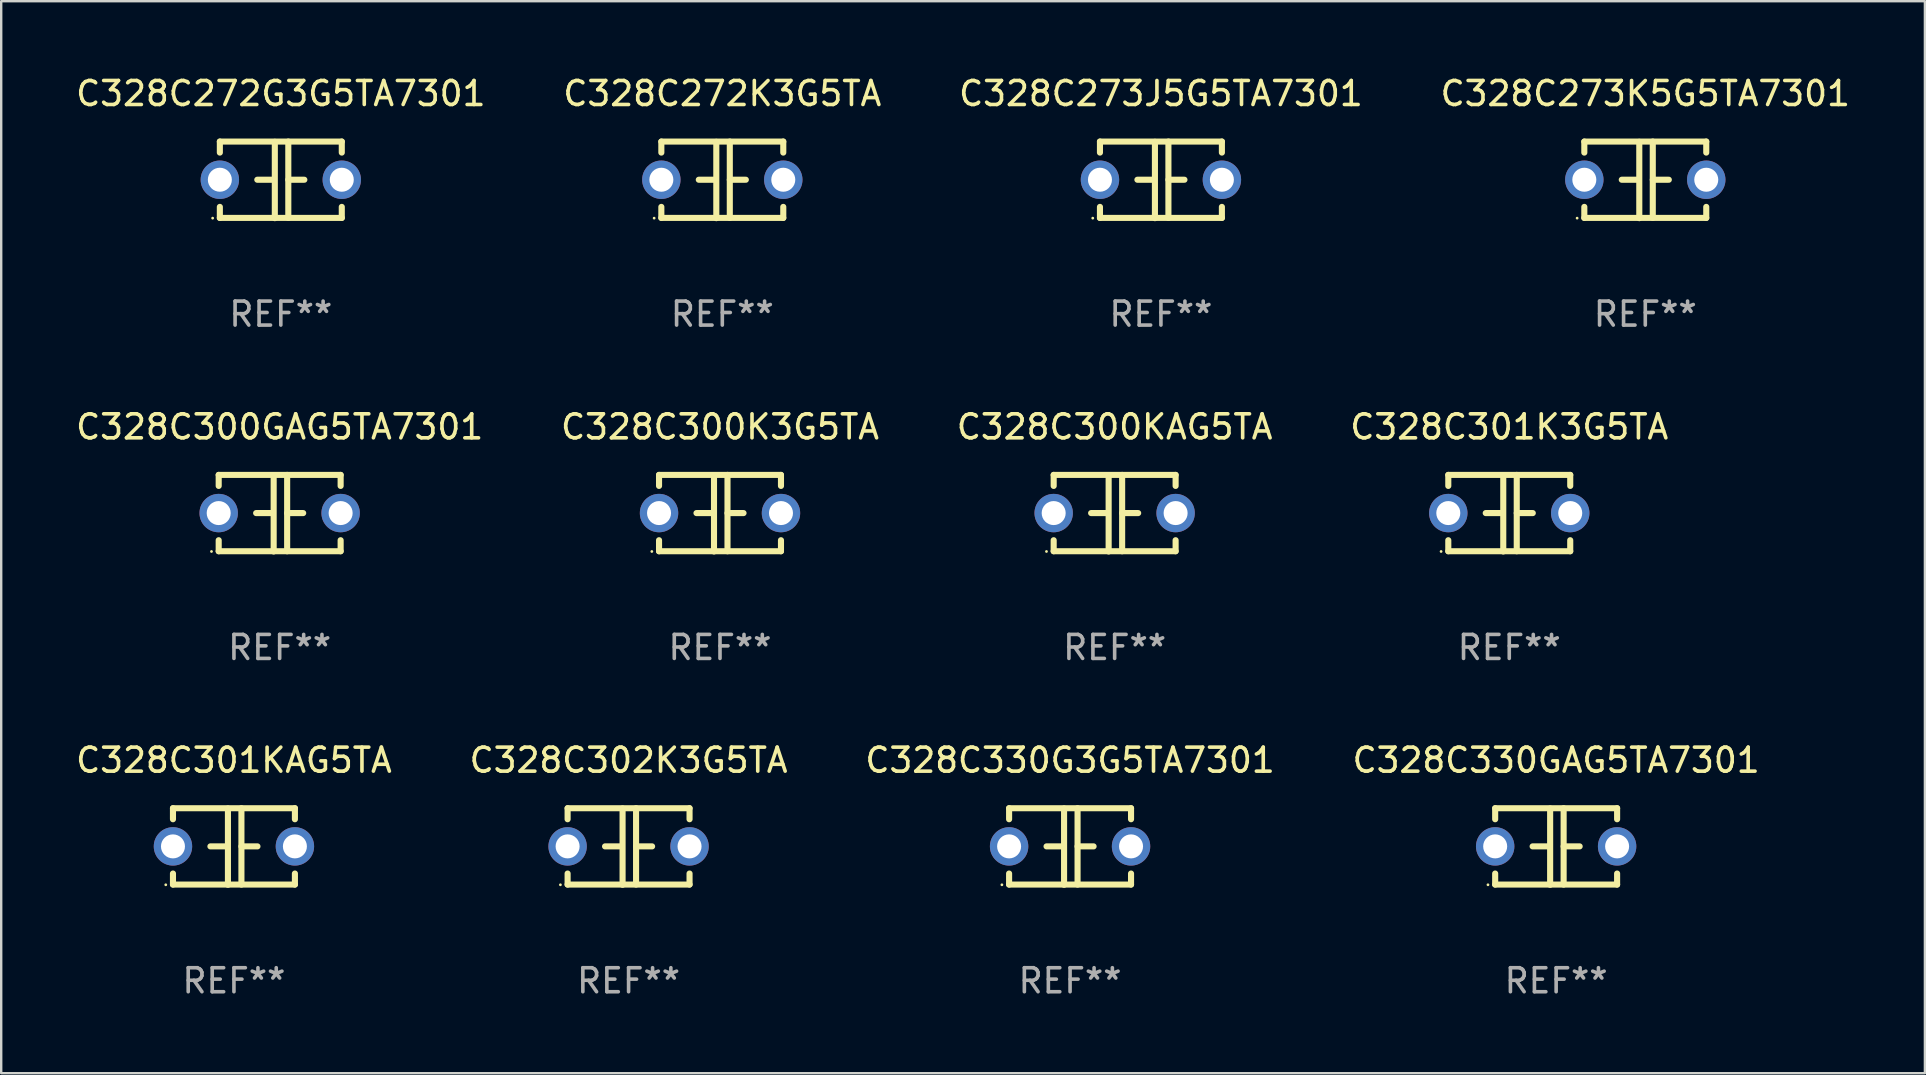
<source format=kicad_pcb>
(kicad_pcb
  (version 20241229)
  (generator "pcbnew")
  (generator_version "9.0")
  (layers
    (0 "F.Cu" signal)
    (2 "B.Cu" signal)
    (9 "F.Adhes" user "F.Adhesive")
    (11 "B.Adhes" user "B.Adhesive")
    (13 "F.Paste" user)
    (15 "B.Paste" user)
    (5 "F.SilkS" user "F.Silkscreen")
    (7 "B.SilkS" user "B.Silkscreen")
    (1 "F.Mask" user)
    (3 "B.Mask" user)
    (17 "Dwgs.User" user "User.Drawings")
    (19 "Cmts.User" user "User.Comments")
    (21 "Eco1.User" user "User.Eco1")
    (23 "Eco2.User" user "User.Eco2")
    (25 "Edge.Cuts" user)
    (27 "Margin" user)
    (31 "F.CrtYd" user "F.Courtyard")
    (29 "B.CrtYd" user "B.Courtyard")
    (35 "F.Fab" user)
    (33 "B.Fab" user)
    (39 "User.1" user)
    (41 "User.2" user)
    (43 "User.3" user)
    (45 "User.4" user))
  (footprint "C328C300GAG5TA7301"
    (layer "F.Cu")
    (at 8.601 18.33)
    (property "Reference" "C328C300GAG5TA7301" (at 0 -3.595 0) (layer "F.SilkS") (effects (font (size 1 1) (thickness 0.15))))
    (attr through_hole)
    (fp_line (start -2.54 -1.595) (end -2.54 -1.136) (stroke (width 0.254) (type solid)) (layer "F.SilkS"))
    (fp_line (start -2.54 -1.595) (end 2.54 -1.595) (stroke (width 0.254) (type solid)) (layer "F.SilkS"))
    (fp_line (start -2.54 1.126) (end -2.54 1.585) (stroke (width 0.254) (type solid)) (layer "F.SilkS"))
    (fp_line (start -0.312 -0.005) (end -0.98 -0.005) (stroke (width 0.254) (type solid)) (layer "F.SilkS"))
    (fp_line (start -0.25 -1.585) (end -0.25 1.595) (stroke (width 0.254) (type solid)) (layer "F.SilkS"))
    (fp_line (start 0.312 -1.595) (end 0.312 1.585) (stroke (width 0.254) (type solid)) (layer "F.SilkS"))
    (fp_line (start 0.312 -0.005) (end 0.98 -0.005) (stroke (width 0.254) (type solid)) (layer "F.SilkS"))
    (fp_line (start 2.54 -1.595) (end 2.54 -1.136) (stroke (width 0.254) (type solid)) (layer "F.SilkS"))
    (fp_line (start 2.54 1.126) (end 2.54 1.585) (stroke (width 0.254) (type solid)) (layer "F.SilkS"))
    (fp_line (start 2.54 1.585) (end -2.54 1.585) (stroke (width 0.254) (type solid)) (layer "F.SilkS"))
    (fp_circle (center -2.84 1.595) (end -2.81 1.595) (stroke (width 0.06) (type solid)) (fill no) (layer "F.SilkS"))
    (fp_text user "REF**" (at 0 5.595 0) (layer "F.Fab") (effects (font (size 1 1) (thickness 0.15))))
    (pad "1" thru_hole circle (at -2.54 -0.005) (size 1.6 1.6) (drill 1) (layers "*.Cu" "*.Mask"))
    (pad "2" thru_hole circle (at 2.54 -0.005) (size 1.6 1.6) (drill 1) (layers "*.Cu" "*.Mask")))
  (footprint "C328C272G3G5TA7301"
    (layer "F.Cu")
    (at 8.649 4.443)
    (property "Reference" "C328C272G3G5TA7301" (at 0 -3.595 0) (layer "F.SilkS") (effects (font (size 1 1) (thickness 0.15))))
    (attr through_hole)
    (fp_line (start -2.54 -1.595) (end -2.54 -1.136) (stroke (width 0.254) (type solid)) (layer "F.SilkS"))
    (fp_line (start -2.54 -1.595) (end 2.54 -1.595) (stroke (width 0.254) (type solid)) (layer "F.SilkS"))
    (fp_line (start -2.54 1.126) (end -2.54 1.585) (stroke (width 0.254) (type solid)) (layer "F.SilkS"))
    (fp_line (start -0.312 -0.005) (end -0.98 -0.005) (stroke (width 0.254) (type solid)) (layer "F.SilkS"))
    (fp_line (start -0.25 -1.585) (end -0.25 1.595) (stroke (width 0.254) (type solid)) (layer "F.SilkS"))
    (fp_line (start 0.312 -1.595) (end 0.312 1.585) (stroke (width 0.254) (type solid)) (layer "F.SilkS"))
    (fp_line (start 0.312 -0.005) (end 0.98 -0.005) (stroke (width 0.254) (type solid)) (layer "F.SilkS"))
    (fp_line (start 2.54 -1.595) (end 2.54 -1.136) (stroke (width 0.254) (type solid)) (layer "F.SilkS"))
    (fp_line (start 2.54 1.126) (end 2.54 1.585) (stroke (width 0.254) (type solid)) (layer "F.SilkS"))
    (fp_line (start 2.54 1.585) (end -2.54 1.585) (stroke (width 0.254) (type solid)) (layer "F.SilkS"))
    (fp_circle (center -2.84 1.595) (end -2.81 1.595) (stroke (width 0.06) (type solid)) (fill no) (layer "F.SilkS"))
    (fp_text user "REF**" (at 0 5.595 0) (layer "F.Fab") (effects (font (size 1 1) (thickness 0.15))))
    (pad "1" thru_hole circle (at -2.54 -0.005) (size 1.6 1.6) (drill 1) (layers "*.Cu" "*.Mask"))
    (pad "2" thru_hole circle (at 2.54 -0.005) (size 1.6 1.6) (drill 1) (layers "*.Cu" "*.Mask")))
  (footprint "C328C302K3G5TA"
    (layer "F.Cu")
    (at 23.137 32.216)
    (property "Reference" "C328C302K3G5TA" (at 0 -3.595 0) (layer "F.SilkS") (effects (font (size 1 1) (thickness 0.15))))
    (attr through_hole)
    (fp_line (start -2.54 -1.595) (end -2.54 -1.136) (stroke (width 0.254) (type solid)) (layer "F.SilkS"))
    (fp_line (start -2.54 -1.595) (end 2.54 -1.595) (stroke (width 0.254) (type solid)) (layer "F.SilkS"))
    (fp_line (start -2.54 1.126) (end -2.54 1.585) (stroke (width 0.254) (type solid)) (layer "F.SilkS"))
    (fp_line (start -0.312 -0.005) (end -0.98 -0.005) (stroke (width 0.254) (type solid)) (layer "F.SilkS"))
    (fp_line (start -0.25 -1.585) (end -0.25 1.595) (stroke (width 0.254) (type solid)) (layer "F.SilkS"))
    (fp_line (start 0.312 -1.595) (end 0.312 1.585) (stroke (width 0.254) (type solid)) (layer "F.SilkS"))
    (fp_line (start 0.312 -0.005) (end 0.98 -0.005) (stroke (width 0.254) (type solid)) (layer "F.SilkS"))
    (fp_line (start 2.54 -1.595) (end 2.54 -1.136) (stroke (width 0.254) (type solid)) (layer "F.SilkS"))
    (fp_line (start 2.54 1.126) (end 2.54 1.585) (stroke (width 0.254) (type solid)) (layer "F.SilkS"))
    (fp_line (start 2.54 1.585) (end -2.54 1.585) (stroke (width 0.254) (type solid)) (layer "F.SilkS"))
    (fp_circle (center -2.84 1.595) (end -2.81 1.595) (stroke (width 0.06) (type solid)) (fill no) (layer "F.SilkS"))
    (fp_text user "REF**" (at 0 5.595 0) (layer "F.Fab") (effects (font (size 1 1) (thickness 0.15))))
    (pad "1" thru_hole circle (at -2.54 -0.005) (size 1.6 1.6) (drill 1) (layers "*.Cu" "*.Mask"))
    (pad "2" thru_hole circle (at 2.54 -0.005) (size 1.6 1.6) (drill 1) (layers "*.Cu" "*.Mask")))
  (footprint "C328C330G3G5TA7301"
    (layer "F.Cu")
    (at 41.53 32.216)
    (property "Reference" "C328C330G3G5TA7301" (at 0 -3.595 0) (layer "F.SilkS") (effects (font (size 1 1) (thickness 0.15))))
    (attr through_hole)
    (fp_line (start -2.54 -1.595) (end -2.54 -1.136) (stroke (width 0.254) (type solid)) (layer "F.SilkS"))
    (fp_line (start -2.54 -1.595) (end 2.54 -1.595) (stroke (width 0.254) (type solid)) (layer "F.SilkS"))
    (fp_line (start -2.54 1.126) (end -2.54 1.585) (stroke (width 0.254) (type solid)) (layer "F.SilkS"))
    (fp_line (start -0.312 -0.005) (end -0.98 -0.005) (stroke (width 0.254) (type solid)) (layer "F.SilkS"))
    (fp_line (start -0.25 -1.585) (end -0.25 1.595) (stroke (width 0.254) (type solid)) (layer "F.SilkS"))
    (fp_line (start 0.312 -1.595) (end 0.312 1.585) (stroke (width 0.254) (type solid)) (layer "F.SilkS"))
    (fp_line (start 0.312 -0.005) (end 0.98 -0.005) (stroke (width 0.254) (type solid)) (layer "F.SilkS"))
    (fp_line (start 2.54 -1.595) (end 2.54 -1.136) (stroke (width 0.254) (type solid)) (layer "F.SilkS"))
    (fp_line (start 2.54 1.126) (end 2.54 1.585) (stroke (width 0.254) (type solid)) (layer "F.SilkS"))
    (fp_line (start 2.54 1.585) (end -2.54 1.585) (stroke (width 0.254) (type solid)) (layer "F.SilkS"))
    (fp_circle (center -2.84 1.595) (end -2.81 1.595) (stroke (width 0.06) (type solid)) (fill no) (layer "F.SilkS"))
    (fp_text user "REF**" (at 0 5.595 0) (layer "F.Fab") (effects (font (size 1 1) (thickness 0.15))))
    (pad "1" thru_hole circle (at -2.54 -0.005) (size 1.6 1.6) (drill 1) (layers "*.Cu" "*.Mask"))
    (pad "2" thru_hole circle (at 2.54 -0.005) (size 1.6 1.6) (drill 1) (layers "*.Cu" "*.Mask")))
  (footprint "C328C300KAG5TA"
    (layer "F.Cu")
    (at 43.387 18.33)
    (property "Reference" "C328C300KAG5TA" (at 0 -3.595 0) (layer "F.SilkS") (effects (font (size 1 1) (thickness 0.15))))
    (attr through_hole)
    (fp_line (start -2.54 -1.595) (end -2.54 -1.136) (stroke (width 0.254) (type solid)) (layer "F.SilkS"))
    (fp_line (start -2.54 -1.595) (end 2.54 -1.595) (stroke (width 0.254) (type solid)) (layer "F.SilkS"))
    (fp_line (start -2.54 1.126) (end -2.54 1.585) (stroke (width 0.254) (type solid)) (layer "F.SilkS"))
    (fp_line (start -0.312 -0.005) (end -0.98 -0.005) (stroke (width 0.254) (type solid)) (layer "F.SilkS"))
    (fp_line (start -0.25 -1.585) (end -0.25 1.595) (stroke (width 0.254) (type solid)) (layer "F.SilkS"))
    (fp_line (start 0.312 -1.595) (end 0.312 1.585) (stroke (width 0.254) (type solid)) (layer "F.SilkS"))
    (fp_line (start 0.312 -0.005) (end 0.98 -0.005) (stroke (width 0.254) (type solid)) (layer "F.SilkS"))
    (fp_line (start 2.54 -1.595) (end 2.54 -1.136) (stroke (width 0.254) (type solid)) (layer "F.SilkS"))
    (fp_line (start 2.54 1.126) (end 2.54 1.585) (stroke (width 0.254) (type solid)) (layer "F.SilkS"))
    (fp_line (start 2.54 1.585) (end -2.54 1.585) (stroke (width 0.254) (type solid)) (layer "F.SilkS"))
    (fp_circle (center -2.84 1.595) (end -2.81 1.595) (stroke (width 0.06) (type solid)) (fill no) (layer "F.SilkS"))
    (fp_text user "REF**" (at 0 5.595 0) (layer "F.Fab") (effects (font (size 1 1) (thickness 0.15))))
    (pad "1" thru_hole circle (at -2.54 -0.005) (size 1.6 1.6) (drill 1) (layers "*.Cu" "*.Mask"))
    (pad "2" thru_hole circle (at 2.54 -0.005) (size 1.6 1.6) (drill 1) (layers "*.Cu" "*.Mask")))
  (footprint "C328C272K3G5TA"
    (layer "F.Cu")
    (at 27.042 4.443)
    (property "Reference" "C328C272K3G5TA" (at 0 -3.595 0) (layer "F.SilkS") (effects (font (size 1 1) (thickness 0.15))))
    (attr through_hole)
    (fp_line (start -2.54 -1.595) (end -2.54 -1.136) (stroke (width 0.254) (type solid)) (layer "F.SilkS"))
    (fp_line (start -2.54 -1.595) (end 2.54 -1.595) (stroke (width 0.254) (type solid)) (layer "F.SilkS"))
    (fp_line (start -2.54 1.126) (end -2.54 1.585) (stroke (width 0.254) (type solid)) (layer "F.SilkS"))
    (fp_line (start -0.312 -0.005) (end -0.98 -0.005) (stroke (width 0.254) (type solid)) (layer "F.SilkS"))
    (fp_line (start -0.25 -1.585) (end -0.25 1.595) (stroke (width 0.254) (type solid)) (layer "F.SilkS"))
    (fp_line (start 0.312 -1.595) (end 0.312 1.585) (stroke (width 0.254) (type solid)) (layer "F.SilkS"))
    (fp_line (start 0.312 -0.005) (end 0.98 -0.005) (stroke (width 0.254) (type solid)) (layer "F.SilkS"))
    (fp_line (start 2.54 -1.595) (end 2.54 -1.136) (stroke (width 0.254) (type solid)) (layer "F.SilkS"))
    (fp_line (start 2.54 1.126) (end 2.54 1.585) (stroke (width 0.254) (type solid)) (layer "F.SilkS"))
    (fp_line (start 2.54 1.585) (end -2.54 1.585) (stroke (width 0.254) (type solid)) (layer "F.SilkS"))
    (fp_circle (center -2.84 1.595) (end -2.81 1.595) (stroke (width 0.06) (type solid)) (fill no) (layer "F.SilkS"))
    (fp_text user "REF**" (at 0 5.595 0) (layer "F.Fab") (effects (font (size 1 1) (thickness 0.15))))
    (pad "1" thru_hole circle (at -2.54 -0.005) (size 1.6 1.6) (drill 1) (layers "*.Cu" "*.Mask"))
    (pad "2" thru_hole circle (at 2.54 -0.005) (size 1.6 1.6) (drill 1) (layers "*.Cu" "*.Mask")))
  (footprint "C328C273K5G5TA7301"
    (layer "F.Cu")
    (at 65.494 4.443)
    (property "Reference" "C328C273K5G5TA7301" (at 0 -3.595 0) (layer "F.SilkS") (effects (font (size 1 1) (thickness 0.15))))
    (attr through_hole)
    (fp_line (start -2.54 -1.595) (end -2.54 -1.136) (stroke (width 0.254) (type solid)) (layer "F.SilkS"))
    (fp_line (start -2.54 -1.595) (end 2.54 -1.595) (stroke (width 0.254) (type solid)) (layer "F.SilkS"))
    (fp_line (start -2.54 1.126) (end -2.54 1.585) (stroke (width 0.254) (type solid)) (layer "F.SilkS"))
    (fp_line (start -0.312 -0.005) (end -0.98 -0.005) (stroke (width 0.254) (type solid)) (layer "F.SilkS"))
    (fp_line (start -0.25 -1.585) (end -0.25 1.595) (stroke (width 0.254) (type solid)) (layer "F.SilkS"))
    (fp_line (start 0.312 -1.595) (end 0.312 1.585) (stroke (width 0.254) (type solid)) (layer "F.SilkS"))
    (fp_line (start 0.312 -0.005) (end 0.98 -0.005) (stroke (width 0.254) (type solid)) (layer "F.SilkS"))
    (fp_line (start 2.54 -1.595) (end 2.54 -1.136) (stroke (width 0.254) (type solid)) (layer "F.SilkS"))
    (fp_line (start 2.54 1.126) (end 2.54 1.585) (stroke (width 0.254) (type solid)) (layer "F.SilkS"))
    (fp_line (start 2.54 1.585) (end -2.54 1.585) (stroke (width 0.254) (type solid)) (layer "F.SilkS"))
    (fp_circle (center -2.84 1.595) (end -2.81 1.595) (stroke (width 0.06) (type solid)) (fill no) (layer "F.SilkS"))
    (fp_text user "REF**" (at 0 5.595 0) (layer "F.Fab") (effects (font (size 1 1) (thickness 0.15))))
    (pad "1" thru_hole circle (at -2.54 -0.005) (size 1.6 1.6) (drill 1) (layers "*.Cu" "*.Mask"))
    (pad "2" thru_hole circle (at 2.54 -0.005) (size 1.6 1.6) (drill 1) (layers "*.Cu" "*.Mask")))
  (footprint "C328C330GAG5TA7301"
    (layer "F.Cu")
    (at 61.78 32.216)
    (property "Reference" "C328C330GAG5TA7301" (at 0 -3.595 0) (layer "F.SilkS") (effects (font (size 1 1) (thickness 0.15))))
    (attr through_hole)
    (fp_line (start -2.54 -1.595) (end -2.54 -1.136) (stroke (width 0.254) (type solid)) (layer "F.SilkS"))
    (fp_line (start -2.54 -1.595) (end 2.54 -1.595) (stroke (width 0.254) (type solid)) (layer "F.SilkS"))
    (fp_line (start -2.54 1.126) (end -2.54 1.585) (stroke (width 0.254) (type solid)) (layer "F.SilkS"))
    (fp_line (start -0.312 -0.005) (end -0.98 -0.005) (stroke (width 0.254) (type solid)) (layer "F.SilkS"))
    (fp_line (start -0.25 -1.585) (end -0.25 1.595) (stroke (width 0.254) (type solid)) (layer "F.SilkS"))
    (fp_line (start 0.312 -1.595) (end 0.312 1.585) (stroke (width 0.254) (type solid)) (layer "F.SilkS"))
    (fp_line (start 0.312 -0.005) (end 0.98 -0.005) (stroke (width 0.254) (type solid)) (layer "F.SilkS"))
    (fp_line (start 2.54 -1.595) (end 2.54 -1.136) (stroke (width 0.254) (type solid)) (layer "F.SilkS"))
    (fp_line (start 2.54 1.126) (end 2.54 1.585) (stroke (width 0.254) (type solid)) (layer "F.SilkS"))
    (fp_line (start 2.54 1.585) (end -2.54 1.585) (stroke (width 0.254) (type solid)) (layer "F.SilkS"))
    (fp_circle (center -2.84 1.595) (end -2.81 1.595) (stroke (width 0.06) (type solid)) (fill no) (layer "F.SilkS"))
    (fp_text user "REF**" (at 0 5.595 0) (layer "F.Fab") (effects (font (size 1 1) (thickness 0.15))))
    (pad "1" thru_hole circle (at -2.54 -0.005) (size 1.6 1.6) (drill 1) (layers "*.Cu" "*.Mask"))
    (pad "2" thru_hole circle (at 2.54 -0.005) (size 1.6 1.6) (drill 1) (layers "*.Cu" "*.Mask")))
  (footprint "C328C300K3G5TA"
    (layer "F.Cu")
    (at 26.946 18.33)
    (property "Reference" "C328C300K3G5TA" (at 0 -3.595 0) (layer "F.SilkS") (effects (font (size 1 1) (thickness 0.15))))
    (attr through_hole)
    (fp_line (start -2.54 -1.595) (end -2.54 -1.136) (stroke (width 0.254) (type solid)) (layer "F.SilkS"))
    (fp_line (start -2.54 -1.595) (end 2.54 -1.595) (stroke (width 0.254) (type solid)) (layer "F.SilkS"))
    (fp_line (start -2.54 1.126) (end -2.54 1.585) (stroke (width 0.254) (type solid)) (layer "F.SilkS"))
    (fp_line (start -0.312 -0.005) (end -0.98 -0.005) (stroke (width 0.254) (type solid)) (layer "F.SilkS"))
    (fp_line (start -0.25 -1.585) (end -0.25 1.595) (stroke (width 0.254) (type solid)) (layer "F.SilkS"))
    (fp_line (start 0.312 -1.595) (end 0.312 1.585) (stroke (width 0.254) (type solid)) (layer "F.SilkS"))
    (fp_line (start 0.312 -0.005) (end 0.98 -0.005) (stroke (width 0.254) (type solid)) (layer "F.SilkS"))
    (fp_line (start 2.54 -1.595) (end 2.54 -1.136) (stroke (width 0.254) (type solid)) (layer "F.SilkS"))
    (fp_line (start 2.54 1.126) (end 2.54 1.585) (stroke (width 0.254) (type solid)) (layer "F.SilkS"))
    (fp_line (start 2.54 1.585) (end -2.54 1.585) (stroke (width 0.254) (type solid)) (layer "F.SilkS"))
    (fp_circle (center -2.84 1.595) (end -2.81 1.595) (stroke (width 0.06) (type solid)) (fill no) (layer "F.SilkS"))
    (fp_text user "REF**" (at 0 5.595 0) (layer "F.Fab") (effects (font (size 1 1) (thickness 0.15))))
    (pad "1" thru_hole circle (at -2.54 -0.005) (size 1.6 1.6) (drill 1) (layers "*.Cu" "*.Mask"))
    (pad "2" thru_hole circle (at 2.54 -0.005) (size 1.6 1.6) (drill 1) (layers "*.Cu" "*.Mask")))
  (footprint "C328C301KAG5TA"
    (layer "F.Cu")
    (at 6.696 32.216)
    (property "Reference" "C328C301KAG5TA" (at 0 -3.595 0) (layer "F.SilkS") (effects (font (size 1 1) (thickness 0.15))))
    (attr through_hole)
    (fp_line (start -2.54 -1.595) (end -2.54 -1.136) (stroke (width 0.254) (type solid)) (layer "F.SilkS"))
    (fp_line (start -2.54 -1.595) (end 2.54 -1.595) (stroke (width 0.254) (type solid)) (layer "F.SilkS"))
    (fp_line (start -2.54 1.126) (end -2.54 1.585) (stroke (width 0.254) (type solid)) (layer "F.SilkS"))
    (fp_line (start -0.312 -0.005) (end -0.98 -0.005) (stroke (width 0.254) (type solid)) (layer "F.SilkS"))
    (fp_line (start -0.25 -1.585) (end -0.25 1.595) (stroke (width 0.254) (type solid)) (layer "F.SilkS"))
    (fp_line (start 0.312 -1.595) (end 0.312 1.585) (stroke (width 0.254) (type solid)) (layer "F.SilkS"))
    (fp_line (start 0.312 -0.005) (end 0.98 -0.005) (stroke (width 0.254) (type solid)) (layer "F.SilkS"))
    (fp_line (start 2.54 -1.595) (end 2.54 -1.136) (stroke (width 0.254) (type solid)) (layer "F.SilkS"))
    (fp_line (start 2.54 1.126) (end 2.54 1.585) (stroke (width 0.254) (type solid)) (layer "F.SilkS"))
    (fp_line (start 2.54 1.585) (end -2.54 1.585) (stroke (width 0.254) (type solid)) (layer "F.SilkS"))
    (fp_circle (center -2.84 1.595) (end -2.81 1.595) (stroke (width 0.06) (type solid)) (fill no) (layer "F.SilkS"))
    (fp_text user "REF**" (at 0 5.595 0) (layer "F.Fab") (effects (font (size 1 1) (thickness 0.15))))
    (pad "1" thru_hole circle (at -2.54 -0.005) (size 1.6 1.6) (drill 1) (layers "*.Cu" "*.Mask"))
    (pad "2" thru_hole circle (at 2.54 -0.005) (size 1.6 1.6) (drill 1) (layers "*.Cu" "*.Mask")))
  (footprint "C328C301K3G5TA"
    (layer "F.Cu")
    (at 59.827 18.33)
    (property "Reference" "C328C301K3G5TA" (at 0 -3.595 0) (layer "F.SilkS") (effects (font (size 1 1) (thickness 0.15))))
    (attr through_hole)
    (fp_line (start -2.54 -1.595) (end -2.54 -1.136) (stroke (width 0.254) (type solid)) (layer "F.SilkS"))
    (fp_line (start -2.54 -1.595) (end 2.54 -1.595) (stroke (width 0.254) (type solid)) (layer "F.SilkS"))
    (fp_line (start -2.54 1.126) (end -2.54 1.585) (stroke (width 0.254) (type solid)) (layer "F.SilkS"))
    (fp_line (start -0.312 -0.005) (end -0.98 -0.005) (stroke (width 0.254) (type solid)) (layer "F.SilkS"))
    (fp_line (start -0.25 -1.585) (end -0.25 1.595) (stroke (width 0.254) (type solid)) (layer "F.SilkS"))
    (fp_line (start 0.312 -1.595) (end 0.312 1.585) (stroke (width 0.254) (type solid)) (layer "F.SilkS"))
    (fp_line (start 0.312 -0.005) (end 0.98 -0.005) (stroke (width 0.254) (type solid)) (layer "F.SilkS"))
    (fp_line (start 2.54 -1.595) (end 2.54 -1.136) (stroke (width 0.254) (type solid)) (layer "F.SilkS"))
    (fp_line (start 2.54 1.126) (end 2.54 1.585) (stroke (width 0.254) (type solid)) (layer "F.SilkS"))
    (fp_line (start 2.54 1.585) (end -2.54 1.585) (stroke (width 0.254) (type solid)) (layer "F.SilkS"))
    (fp_circle (center -2.84 1.595) (end -2.81 1.595) (stroke (width 0.06) (type solid)) (fill no) (layer "F.SilkS"))
    (fp_text user "REF**" (at 0 5.595 0) (layer "F.Fab") (effects (font (size 1 1) (thickness 0.15))))
    (pad "1" thru_hole circle (at -2.54 -0.005) (size 1.6 1.6) (drill 1) (layers "*.Cu" "*.Mask"))
    (pad "2" thru_hole circle (at 2.54 -0.005) (size 1.6 1.6) (drill 1) (layers "*.Cu" "*.Mask")))
  (footprint "C328C273J5G5TA7301"
    (layer "F.Cu")
    (at 45.315 4.443)
    (property "Reference" "C328C273J5G5TA7301" (at 0 -3.595 0) (layer "F.SilkS") (effects (font (size 1 1) (thickness 0.15))))
    (attr through_hole)
    (fp_line (start -2.54 -1.595) (end -2.54 -1.136) (stroke (width 0.254) (type solid)) (layer "F.SilkS"))
    (fp_line (start -2.54 -1.595) (end 2.54 -1.595) (stroke (width 0.254) (type solid)) (layer "F.SilkS"))
    (fp_line (start -2.54 1.126) (end -2.54 1.585) (stroke (width 0.254) (type solid)) (layer "F.SilkS"))
    (fp_line (start -0.312 -0.005) (end -0.98 -0.005) (stroke (width 0.254) (type solid)) (layer "F.SilkS"))
    (fp_line (start -0.25 -1.585) (end -0.25 1.595) (stroke (width 0.254) (type solid)) (layer "F.SilkS"))
    (fp_line (start 0.312 -1.595) (end 0.312 1.585) (stroke (width 0.254) (type solid)) (layer "F.SilkS"))
    (fp_line (start 0.312 -0.005) (end 0.98 -0.005) (stroke (width 0.254) (type solid)) (layer "F.SilkS"))
    (fp_line (start 2.54 -1.595) (end 2.54 -1.136) (stroke (width 0.254) (type solid)) (layer "F.SilkS"))
    (fp_line (start 2.54 1.126) (end 2.54 1.585) (stroke (width 0.254) (type solid)) (layer "F.SilkS"))
    (fp_line (start 2.54 1.585) (end -2.54 1.585) (stroke (width 0.254) (type solid)) (layer "F.SilkS"))
    (fp_circle (center -2.84 1.595) (end -2.81 1.595) (stroke (width 0.06) (type solid)) (fill no) (layer "F.SilkS"))
    (fp_text user "REF**" (at 0 5.595 0) (layer "F.Fab") (effects (font (size 1 1) (thickness 0.15))))
    (pad "1" thru_hole circle (at -2.54 -0.005) (size 1.6 1.6) (drill 1) (layers "*.Cu" "*.Mask"))
    (pad "2" thru_hole circle (at 2.54 -0.005) (size 1.6 1.6) (drill 1) (layers "*.Cu" "*.Mask")))
  (gr_rect
    (start -3 -3)
    (end 77.143 41.659)
    (stroke (width 0.1) (type default))
    (fill no)
    (layer "Edge.Cuts")))
</source>
